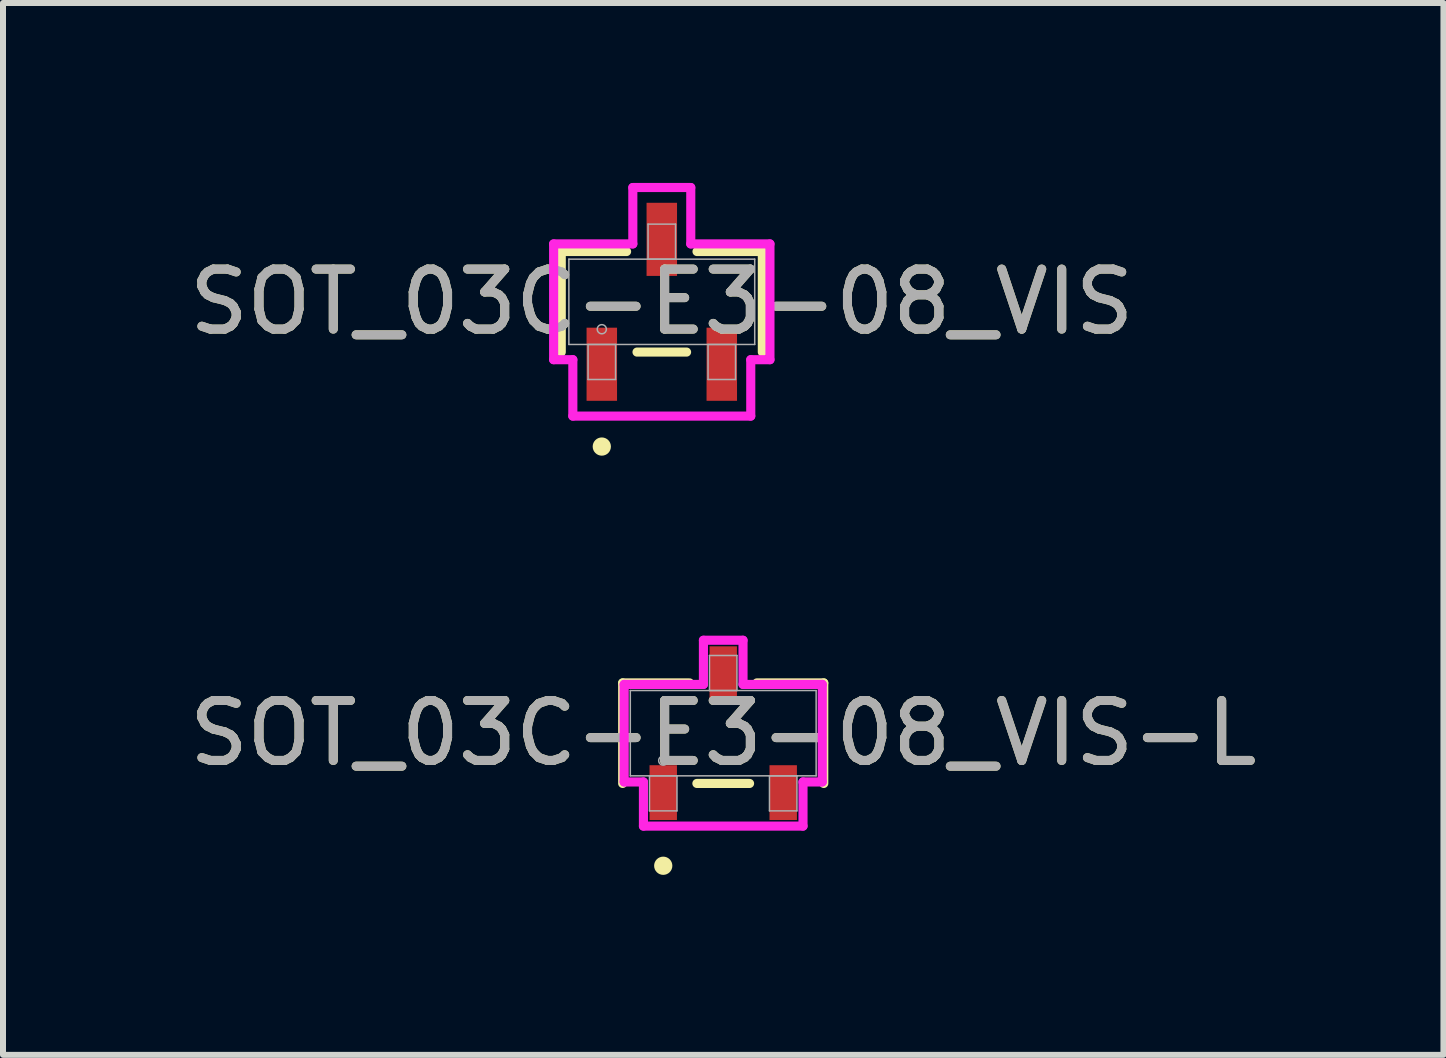
<source format=kicad_pcb>
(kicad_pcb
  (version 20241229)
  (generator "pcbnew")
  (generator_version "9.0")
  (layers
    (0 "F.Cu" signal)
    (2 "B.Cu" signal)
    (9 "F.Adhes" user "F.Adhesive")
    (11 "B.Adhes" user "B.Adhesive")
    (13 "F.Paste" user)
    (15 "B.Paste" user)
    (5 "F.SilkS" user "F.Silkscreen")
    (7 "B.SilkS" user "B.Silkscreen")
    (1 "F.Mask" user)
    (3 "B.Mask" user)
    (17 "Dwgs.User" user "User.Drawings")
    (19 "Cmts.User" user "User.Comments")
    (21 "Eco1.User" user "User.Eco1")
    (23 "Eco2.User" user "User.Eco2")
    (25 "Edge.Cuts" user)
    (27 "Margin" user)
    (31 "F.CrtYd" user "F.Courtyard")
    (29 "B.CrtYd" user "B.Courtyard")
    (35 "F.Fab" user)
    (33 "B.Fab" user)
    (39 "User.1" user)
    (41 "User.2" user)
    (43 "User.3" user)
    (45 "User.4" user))
  (footprint "SOT_03C-E3-08_VIS-L"
    (layer "F.Cu")
    (at 9.006 9.172)
    (property "Reference" "SOT_03C-E3-08_VIS-L" (at 0 0 0) (unlocked yes) (layer "F.SilkS") (effects (font (size 1 1) (thickness 0.15))))
    (attr smd)
    (fp_line (start -1.676 -0.838) (end -1.676 0.838) (stroke (width 0.152) (type solid)) (layer "F.SilkS"))
    (fp_line (start -0.561 -0.838) (end -1.676 -0.838) (stroke (width 0.152) (type solid)) (layer "F.SilkS"))
    (fp_line (start -0.439 0.838) (end 0.439 0.838) (stroke (width 0.152) (type solid)) (layer "F.SilkS"))
    (fp_line (start 1.676 -0.838) (end 0.561 -0.838) (stroke (width 0.152) (type solid)) (layer "F.SilkS"))
    (fp_line (start 1.676 0.838) (end 1.676 -0.838) (stroke (width 0.152) (type solid)) (layer "F.SilkS"))
    (fp_circle (center -1 2.21) (end -0.924 2.21) (stroke (width 0.152) (type solid)) (fill no) (layer "F.SilkS"))
    (fp_line (start -1.651 -0.813) (end -0.33 -0.813) (stroke (width 0.152) (type solid)) (layer "F.CrtYd"))
    (fp_line (start -1.651 0.813) (end -1.651 -0.813) (stroke (width 0.152) (type solid)) (layer "F.CrtYd"))
    (fp_line (start -1.651 0.813) (end -1.33 0.813) (stroke (width 0.152) (type solid)) (layer "F.CrtYd"))
    (fp_line (start -1.33 0.813) (end -1.33 1.549) (stroke (width 0.152) (type solid)) (layer "F.CrtYd"))
    (fp_line (start -1.33 1.549) (end 1.33 1.549) (stroke (width 0.152) (type solid)) (layer "F.CrtYd"))
    (fp_line (start -0.33 -1.549) (end 0.33 -1.549) (stroke (width 0.152) (type solid)) (layer "F.CrtYd"))
    (fp_line (start -0.33 -0.813) (end -0.33 -1.549) (stroke (width 0.152) (type solid)) (layer "F.CrtYd"))
    (fp_line (start 0.33 -0.813) (end 0.33 -1.549) (stroke (width 0.152) (type solid)) (layer "F.CrtYd"))
    (fp_line (start 1.33 0.813) (end 1.33 1.549) (stroke (width 0.152) (type solid)) (layer "F.CrtYd"))
    (fp_line (start 1.651 -0.813) (end 0.33 -0.813) (stroke (width 0.152) (type solid)) (layer "F.CrtYd"))
    (fp_line (start 1.651 -0.813) (end 1.651 0.813) (stroke (width 0.152) (type solid)) (layer "F.CrtYd"))
    (fp_line (start 1.651 0.813) (end 1.33 0.813) (stroke (width 0.152) (type solid)) (layer "F.CrtYd"))
    (fp_line (start -1.549 -0.711) (end -1.549 0.711) (stroke (width 0.025) (type solid)) (layer "F.Fab"))
    (fp_line (start -1.549 0.711) (end 1.549 0.711) (stroke (width 0.025) (type solid)) (layer "F.Fab"))
    (fp_line (start -1.229 0.711) (end -1.229 1.295) (stroke (width 0.025) (type solid)) (layer "F.Fab"))
    (fp_line (start -1.229 1.295) (end -0.771 1.295) (stroke (width 0.025) (type solid)) (layer "F.Fab"))
    (fp_line (start -0.771 0.711) (end -1.229 0.711) (stroke (width 0.025) (type solid)) (layer "F.Fab"))
    (fp_line (start -0.771 1.295) (end -0.771 0.711) (stroke (width 0.025) (type solid)) (layer "F.Fab"))
    (fp_line (start -0.229 -1.295) (end -0.229 -0.711) (stroke (width 0.025) (type solid)) (layer "F.Fab"))
    (fp_line (start -0.229 -0.711) (end 0.229 -0.711) (stroke (width 0.025) (type solid)) (layer "F.Fab"))
    (fp_line (start 0.229 -1.295) (end -0.229 -1.295) (stroke (width 0.025) (type solid)) (layer "F.Fab"))
    (fp_line (start 0.229 -0.711) (end 0.229 -1.295) (stroke (width 0.025) (type solid)) (layer "F.Fab"))
    (fp_line (start 0.771 0.711) (end 0.771 1.295) (stroke (width 0.025) (type solid)) (layer "F.Fab"))
    (fp_line (start 0.771 1.295) (end 1.229 1.295) (stroke (width 0.025) (type solid)) (layer "F.Fab"))
    (fp_line (start 1.229 0.711) (end 0.771 0.711) (stroke (width 0.025) (type solid)) (layer "F.Fab"))
    (fp_line (start 1.229 1.295) (end 1.229 0.711) (stroke (width 0.025) (type solid)) (layer "F.Fab"))
    (fp_line (start 1.549 -0.711) (end -1.549 -0.711) (stroke (width 0.025) (type solid)) (layer "F.Fab"))
    (fp_line (start 1.549 0.711) (end 1.549 -0.711) (stroke (width 0.025) (type solid)) (layer "F.Fab"))
    (fp_circle (center -1 0.457) (end -0.924 0.457) (stroke (width 0.025) (type solid)) (fill no) (layer "F.Fab"))
    (fp_text user "${REFERENCE}" (at 0 0 0) (unlocked yes) (layer "F.Fab") (effects (font (size 1 1) (thickness 0.15))))
    (pad "1" smd rect (at -1 0.991) (size 0.457 0.914) (layers "F.Cu" "F.Mask" "F.Paste"))
    (pad "2" smd rect (at 1 0.991) (size 0.457 0.914) (layers "F.Cu" "F.Mask" "F.Paste"))
    (pad "3" smd rect (at 0 -0.991) (size 0.457 0.914) (layers "F.Cu" "F.Mask" "F.Paste")))
  (footprint "SOT_03C-E3-08_VIS"
    (layer "F.Cu")
    (at 7.982 1.981)
    (property "Reference" "SOT_03C-E3-08_VIS" (at 0 0 0) (unlocked yes) (layer "F.SilkS") (effects (font (size 1 1) (thickness 0.15))))
    (attr smd)
    (fp_line (start -1.676 -0.838) (end -1.676 0.838) (stroke (width 0.152) (type solid)) (layer "F.SilkS"))
    (fp_line (start -0.587 -0.838) (end -1.676 -0.838) (stroke (width 0.152) (type solid)) (layer "F.SilkS"))
    (fp_line (start -0.413 0.838) (end 0.413 0.838) (stroke (width 0.152) (type solid)) (layer "F.SilkS"))
    (fp_line (start 1.676 -0.838) (end 0.587 -0.838) (stroke (width 0.152) (type solid)) (layer "F.SilkS"))
    (fp_line (start 1.676 0.838) (end 1.676 -0.838) (stroke (width 0.152) (type solid)) (layer "F.SilkS"))
    (fp_circle (center -1 2.413) (end -0.924 2.413) (stroke (width 0.152) (type solid)) (fill no) (layer "F.SilkS"))
    (fp_line (start -1.803 -0.965) (end -0.483 -0.965) (stroke (width 0.152) (type solid)) (layer "F.CrtYd"))
    (fp_line (start -1.803 0.965) (end -1.803 -0.965) (stroke (width 0.152) (type solid)) (layer "F.CrtYd"))
    (fp_line (start -1.803 0.965) (end -1.483 0.965) (stroke (width 0.152) (type solid)) (layer "F.CrtYd"))
    (fp_line (start -1.483 0.965) (end -1.483 1.905) (stroke (width 0.152) (type solid)) (layer "F.CrtYd"))
    (fp_line (start -1.483 1.905) (end 1.483 1.905) (stroke (width 0.152) (type solid)) (layer "F.CrtYd"))
    (fp_line (start -0.483 -1.905) (end 0.483 -1.905) (stroke (width 0.152) (type solid)) (layer "F.CrtYd"))
    (fp_line (start -0.483 -0.965) (end -0.483 -1.905) (stroke (width 0.152) (type solid)) (layer "F.CrtYd"))
    (fp_line (start 0.483 -0.965) (end 0.483 -1.905) (stroke (width 0.152) (type solid)) (layer "F.CrtYd"))
    (fp_line (start 1.483 0.965) (end 1.483 1.905) (stroke (width 0.152) (type solid)) (layer "F.CrtYd"))
    (fp_line (start 1.803 -0.965) (end 0.483 -0.965) (stroke (width 0.152) (type solid)) (layer "F.CrtYd"))
    (fp_line (start 1.803 -0.965) (end 1.803 0.965) (stroke (width 0.152) (type solid)) (layer "F.CrtYd"))
    (fp_line (start 1.803 0.965) (end 1.483 0.965) (stroke (width 0.152) (type solid)) (layer "F.CrtYd"))
    (fp_line (start -1.549 -0.711) (end -1.549 0.711) (stroke (width 0.025) (type solid)) (layer "F.Fab"))
    (fp_line (start -1.549 0.711) (end 1.549 0.711) (stroke (width 0.025) (type solid)) (layer "F.Fab"))
    (fp_line (start -1.229 0.711) (end -1.229 1.295) (stroke (width 0.025) (type solid)) (layer "F.Fab"))
    (fp_line (start -1.229 1.295) (end -0.771 1.295) (stroke (width 0.025) (type solid)) (layer "F.Fab"))
    (fp_line (start -0.771 0.711) (end -1.229 0.711) (stroke (width 0.025) (type solid)) (layer "F.Fab"))
    (fp_line (start -0.771 1.295) (end -0.771 0.711) (stroke (width 0.025) (type solid)) (layer "F.Fab"))
    (fp_line (start -0.229 -1.295) (end -0.229 -0.711) (stroke (width 0.025) (type solid)) (layer "F.Fab"))
    (fp_line (start -0.229 -0.711) (end 0.229 -0.711) (stroke (width 0.025) (type solid)) (layer "F.Fab"))
    (fp_line (start 0.229 -1.295) (end -0.229 -1.295) (stroke (width 0.025) (type solid)) (layer "F.Fab"))
    (fp_line (start 0.229 -0.711) (end 0.229 -1.295) (stroke (width 0.025) (type solid)) (layer "F.Fab"))
    (fp_line (start 0.771 0.711) (end 0.771 1.295) (stroke (width 0.025) (type solid)) (layer "F.Fab"))
    (fp_line (start 0.771 1.295) (end 1.229 1.295) (stroke (width 0.025) (type solid)) (layer "F.Fab"))
    (fp_line (start 1.229 0.711) (end 0.771 0.711) (stroke (width 0.025) (type solid)) (layer "F.Fab"))
    (fp_line (start 1.229 1.295) (end 1.229 0.711) (stroke (width 0.025) (type solid)) (layer "F.Fab"))
    (fp_line (start 1.549 -0.711) (end -1.549 -0.711) (stroke (width 0.025) (type solid)) (layer "F.Fab"))
    (fp_line (start 1.549 0.711) (end 1.549 -0.711) (stroke (width 0.025) (type solid)) (layer "F.Fab"))
    (fp_circle (center -1 0.457) (end -0.924 0.457) (stroke (width 0.025) (type solid)) (fill no) (layer "F.Fab"))
    (fp_text user "${REFERENCE}" (at 0 0 0) (unlocked yes) (layer "F.Fab") (effects (font (size 1 1) (thickness 0.15))))
    (pad "1" smd rect (at -1 1.041) (size 0.508 1.219) (layers "F.Cu" "F.Mask" "F.Paste"))
    (pad "2" smd rect (at 1 1.041) (size 0.508 1.219) (layers "F.Cu" "F.Mask" "F.Paste"))
    (pad "3" smd rect (at 0 -1.041) (size 0.508 1.219) (layers "F.Cu" "F.Mask" "F.Paste")))
  (gr_rect
    (start -3 -3)
    (end 21.012 14.534)
    (stroke (width 0.1) (type default))
    (fill no)
    (layer "Edge.Cuts")))
</source>
